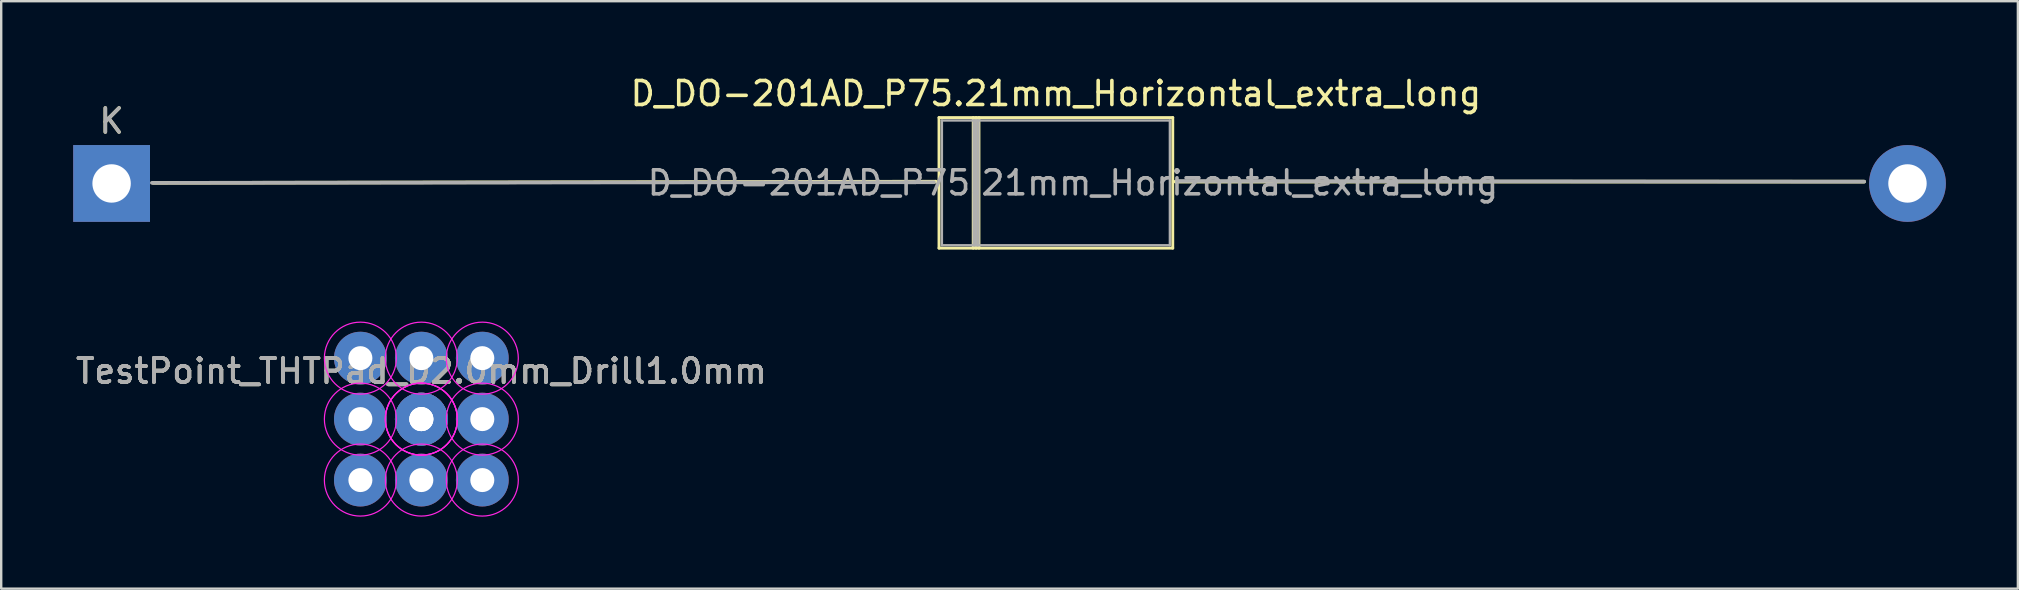
<source format=kicad_pcb>
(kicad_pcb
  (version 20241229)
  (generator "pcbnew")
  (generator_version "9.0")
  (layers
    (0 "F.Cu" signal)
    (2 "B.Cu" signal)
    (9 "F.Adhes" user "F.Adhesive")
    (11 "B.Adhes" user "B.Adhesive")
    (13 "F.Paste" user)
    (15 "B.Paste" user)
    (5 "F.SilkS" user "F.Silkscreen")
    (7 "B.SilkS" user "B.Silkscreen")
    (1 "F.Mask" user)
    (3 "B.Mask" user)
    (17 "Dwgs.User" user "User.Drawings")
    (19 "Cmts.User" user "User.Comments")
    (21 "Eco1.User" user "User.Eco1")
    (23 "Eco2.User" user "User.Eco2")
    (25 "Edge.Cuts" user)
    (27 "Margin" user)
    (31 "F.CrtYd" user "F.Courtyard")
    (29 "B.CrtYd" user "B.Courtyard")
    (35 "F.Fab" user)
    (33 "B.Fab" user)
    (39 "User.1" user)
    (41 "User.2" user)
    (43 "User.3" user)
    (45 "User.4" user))
  (footprint "TestPoint_THTPad_D2.0mm_Drill1.0mm"
    (layer "F.Cu")
    (at 14.506 14.413)
    (property "Reference" "TestPoint_THTPad_D2.0mm_Drill1.0mm" (at 0 -1.998 0) (layer "F.SilkS") (effects (font (size 1 1) (thickness 0.15))))
    (attr exclude_from_pos_files exclude_from_bom)
    (fp_circle (center -2.54 -2.54) (end -1.04 -2.54) (stroke (width 0.05) (type solid)) (fill no) (layer "F.CrtYd"))
    (fp_circle (center -2.54 0) (end -1.04 0) (stroke (width 0.05) (type solid)) (fill no) (layer "F.CrtYd"))
    (fp_circle (center -2.54 2.54) (end -1.04 2.54) (stroke (width 0.05) (type solid)) (fill no) (layer "F.CrtYd"))
    (fp_circle (center 0 -2.54) (end 1.5 -2.54) (stroke (width 0.05) (type solid)) (fill no) (layer "F.CrtYd"))
    (fp_circle (center 0 0) (end 1.5 0) (stroke (width 0.05) (type solid)) (fill no) (layer "F.CrtYd"))
    (fp_circle (center 0 0) (end 1.5 0) (stroke (width 0.05) (type solid)) (fill no) (layer "F.CrtYd"))
    (fp_circle (center 0 0) (end 1.5 0) (stroke (width 0.05) (type solid)) (fill no) (layer "F.CrtYd"))
    (fp_circle (center 0 2.54) (end 1.5 2.54) (stroke (width 0.05) (type solid)) (fill no) (layer "F.CrtYd"))
    (fp_circle (center 2.54 -2.54) (end 4.04 -2.54) (stroke (width 0.05) (type solid)) (fill no) (layer "F.CrtYd"))
    (fp_circle (center 2.54 0) (end 4.04 0) (stroke (width 0.05) (type solid)) (fill no) (layer "F.CrtYd"))
    (fp_circle (center 2.54 2.54) (end 4.04 2.54) (stroke (width 0.05) (type solid)) (fill no) (layer "F.CrtYd"))
    (fp_text user "${REFERENCE}" (at 0 -2 0) (layer "F.Fab") (effects (font (size 1 1) (thickness 0.15))))
    (fp_text user "${REFERENCE}" (at 0 -2 0) (layer "F.Fab") (effects (font (size 1 1) (thickness 0.15))))
    (fp_text user "${REFERENCE}" (at 0 -2 0) (layer "F.Fab") (effects (font (size 1 1) (thickness 0.15))))
    (pad "1" thru_hole circle (at -2.54 -2.54) (size 2.2 2.2) (drill 1) (layers "*.Cu" "*.Mask"))
    (pad "1" thru_hole circle (at -2.54 0) (size 2.2 2.2) (drill 1) (layers "*.Cu" "*.Mask"))
    (pad "1" thru_hole circle (at -2.54 2.54) (size 2.2 2.2) (drill 1) (layers "*.Cu" "*.Mask"))
    (pad "1" thru_hole circle (at 0 -2.54) (size 2.2 2.2) (drill 1) (layers "*.Cu" "*.Mask"))
    (pad "1" thru_hole circle (at 0 0) (size 2.2 2.2) (drill 1) (layers "*.Cu" "*.Mask"))
    (pad "1" thru_hole circle (at 0 0) (size 2.2 2.2) (drill 1) (layers "*.Cu" "*.Mask"))
    (pad "1" thru_hole circle (at 0 0) (size 2.2 2.2) (drill 1) (layers "*.Cu" "*.Mask"))
    (pad "1" thru_hole circle (at 0 2.54) (size 2.2 2.2) (drill 1) (layers "*.Cu" "*.Mask"))
    (pad "1" thru_hole circle (at 2.54 -2.54) (size 2.2 2.2) (drill 1) (layers "*.Cu" "*.Mask"))
    (pad "1" thru_hole circle (at 2.54 0) (size 2.2 2.2) (drill 1) (layers "*.Cu" "*.Mask"))
    (pad "1" thru_hole circle (at 2.54 2.54) (size 2.2 2.2) (drill 1) (layers "*.Cu" "*.Mask")))
  (footprint "D_DO-201AD_P75.21mm_Horizontal_extra_long"
    (layer "F.Cu")
    (at 1.6 4.594)
    (property "Reference" "D_DO-201AD_P75.21mm_Horizontal_extra_long" (at 39.345 -3.745 0) (layer "F.SilkS") (effects (font (size 1 1) (thickness 0.15))))
    (attr through_hole)
    (fp_line (start 1.727 -0.025) (end 34.341 -0.076) (stroke (width 0.15) (type solid)) (layer "F.SilkS"))
    (fp_line (start 34.475 -2.745) (end 34.475 2.695) (stroke (width 0.12) (type solid)) (layer "F.SilkS"))
    (fp_line (start 34.475 2.695) (end 44.215 2.695) (stroke (width 0.12) (type solid)) (layer "F.SilkS"))
    (fp_line (start 35.9 -2.745) (end 35.9 2.695) (stroke (width 0.12) (type solid)) (layer "F.SilkS"))
    (fp_line (start 36.02 -2.745) (end 36.02 2.695) (stroke (width 0.12) (type solid)) (layer "F.SilkS"))
    (fp_line (start 36.14 -2.745) (end 36.14 2.695) (stroke (width 0.12) (type solid)) (layer "F.SilkS"))
    (fp_line (start 44.215 -2.745) (end 34.475 -2.745) (stroke (width 0.12) (type solid)) (layer "F.SilkS"))
    (fp_line (start 44.215 2.695) (end 44.215 -2.745) (stroke (width 0.12) (type solid)) (layer "F.SilkS"))
    (fp_line (start 44.323 -0.076) (end 73.025 -0.076) (stroke (width 0.15) (type solid)) (layer "F.SilkS"))
    (fp_line (start 1.676 -0.025) (end 34.265 -0.051) (stroke (width 0.15) (type solid)) (layer "F.Fab"))
    (fp_line (start 34.595 -2.625) (end 34.595 2.575) (stroke (width 0.1) (type solid)) (layer "F.Fab"))
    (fp_line (start 34.595 2.575) (end 44.095 2.575) (stroke (width 0.1) (type solid)) (layer "F.Fab"))
    (fp_line (start 35.92 -2.625) (end 35.92 2.575) (stroke (width 0.1) (type solid)) (layer "F.Fab"))
    (fp_line (start 36.02 -2.625) (end 36.02 2.575) (stroke (width 0.1) (type solid)) (layer "F.Fab"))
    (fp_line (start 36.12 -2.625) (end 36.12 2.575) (stroke (width 0.1) (type solid)) (layer "F.Fab"))
    (fp_line (start 44.095 -2.625) (end 34.595 -2.625) (stroke (width 0.1) (type solid)) (layer "F.Fab"))
    (fp_line (start 44.095 2.575) (end 44.095 -2.625) (stroke (width 0.1) (type solid)) (layer "F.Fab"))
    (fp_line (start 44.399 -0.102) (end 73.025 -0.076) (stroke (width 0.15) (type solid)) (layer "F.Fab"))
    (fp_text user "K" (at 0 -2.6 0) (layer "F.SilkS") (effects (font (size 1 1) (thickness 0.15))))
    (fp_text user "${REFERENCE}" (at 40.057 -0.025 0) (layer "F.Fab") (effects (font (size 1 1) (thickness 0.15))))
    (fp_text user "K" (at 0 -2.6 0) (layer "F.Fab") (effects (font (size 1 1) (thickness 0.15))))
    (pad "1" thru_hole rect (at 0 0) (size 3.2 3.2) (drill 1.6) (layers "*.Cu" "*.Mask"))
    (pad "2" thru_hole oval (at 74.828 0) (size 3.2 3.2) (drill 1.6) (layers "*.Cu" "*.Mask")))
  (gr_rect
    (start -3 -3)
    (end 81.028 21.478)
    (stroke (width 0.1) (type default))
    (fill no)
    (layer "Edge.Cuts")))
</source>
